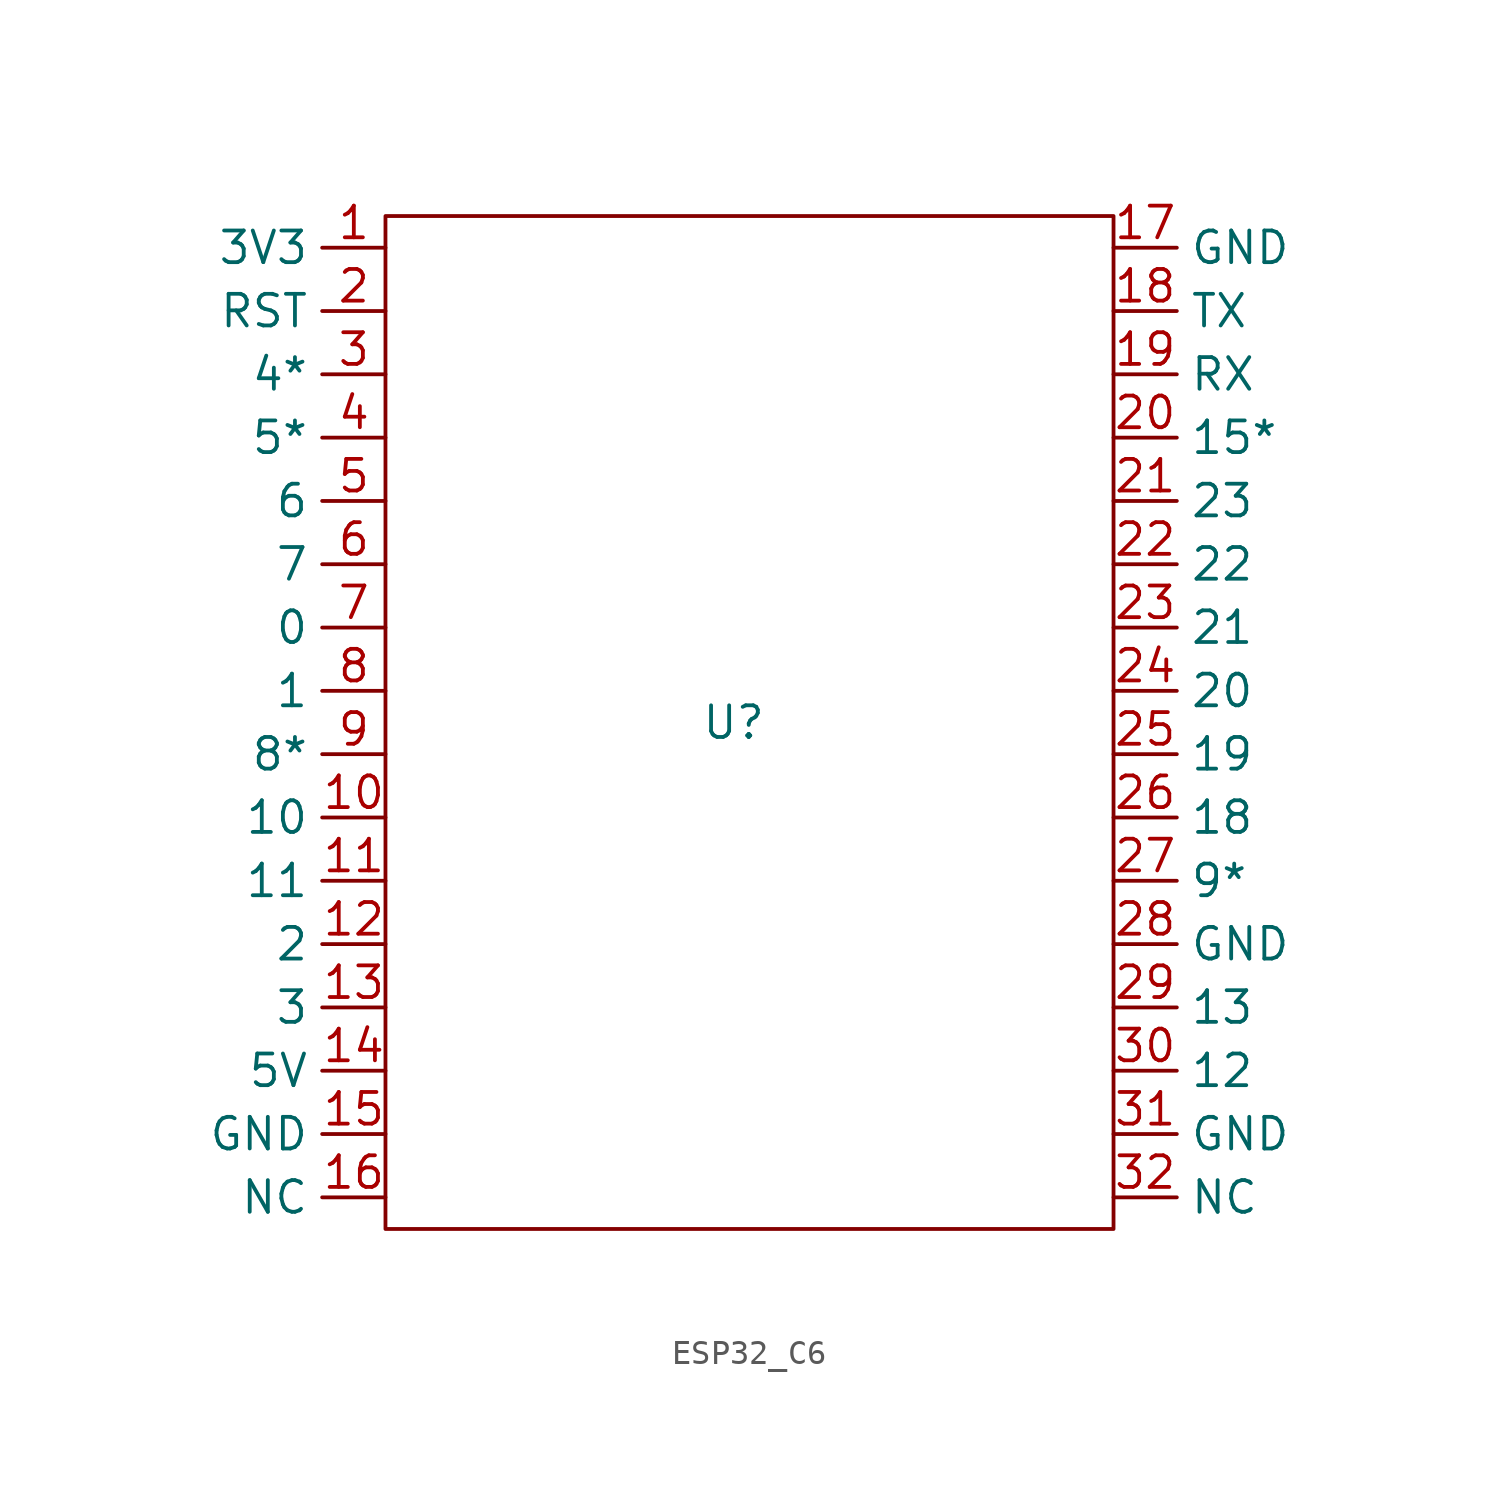
<source format=kicad_sym>
(kicad_symbol_lib
  (version 20220914)
  (generator kicad_symbol_editor)
  (symbol "ESP32_C6"
    (property "Reference" "U"
      (at 0 0 0)
      (effects (font (size 1.27 1.27))))
    (property "Value" ""
      (at 0 0 0)
      (effects (font (size 1.27 1.27))))
    (symbol "ESP32_C6_0_1"
      (rectangle (start -13.97 20.32) (end 15.24 -20.32) (stroke (width 0) (type default)) (fill (type none))))
    (symbol "ESP32_C6_1_1"
      (pin bidirectional line (at -13.97 19.05 180) (length 2.54) (name "3V3" (effects (font (size 1.27 1.27)))) (number "1" (effects (font (size 1.27 1.27)))))
      (pin bidirectional line (at -13.97 -3.81 180) (length 2.54) (name "10" (effects (font (size 1.27 1.27)))) (number "10" (effects (font (size 1.27 1.27)))))
      (pin bidirectional line (at -13.97 -6.35 180) (length 2.54) (name "11" (effects (font (size 1.27 1.27)))) (number "11" (effects (font (size 1.27 1.27)))))
      (pin bidirectional line (at -13.97 -8.89 180) (length 2.54) (name "2" (effects (font (size 1.27 1.27)))) (number "12" (effects (font (size 1.27 1.27)))))
      (pin bidirectional line (at -13.97 -11.43 180) (length 2.54) (name "3" (effects (font (size 1.27 1.27)))) (number "13" (effects (font (size 1.27 1.27)))))
      (pin bidirectional line (at -13.97 -13.97 180) (length 2.54) (name "5V" (effects (font (size 1.27 1.27)))) (number "14" (effects (font (size 1.27 1.27)))))
      (pin bidirectional line (at -13.97 -16.51 180) (length 2.54) (name "GND" (effects (font (size 1.27 1.27)))) (number "15" (effects (font (size 1.27 1.27)))))
      (pin bidirectional line (at -13.97 -19.05 180) (length 2.54) (name "NC" (effects (font (size 1.27 1.27)))) (number "16" (effects (font (size 1.27 1.27)))))
      (pin bidirectional line (at 15.24 19.05 0) (length 2.54) (name "GND" (effects (font (size 1.27 1.27)))) (number "17" (effects (font (size 1.27 1.27)))))
      (pin bidirectional line (at 15.24 16.51 0) (length 2.54) (name "TX" (effects (font (size 1.27 1.27)))) (number "18" (effects (font (size 1.27 1.27)))))
      (pin bidirectional line (at 15.24 13.97 0) (length 2.54) (name "RX" (effects (font (size 1.27 1.27)))) (number "19" (effects (font (size 1.27 1.27)))))
      (pin bidirectional line (at -13.97 16.51 180) (length 2.54) (name "RST" (effects (font (size 1.27 1.27)))) (number "2" (effects (font (size 1.27 1.27)))))
      (pin bidirectional line (at 15.24 11.43 0) (length 2.54) (name "15*" (effects (font (size 1.27 1.27)))) (number "20" (effects (font (size 1.27 1.27)))))
      (pin bidirectional line (at 15.24 8.89 0) (length 2.54) (name "23" (effects (font (size 1.27 1.27)))) (number "21" (effects (font (size 1.27 1.27)))))
      (pin bidirectional line (at 15.24 6.35 0) (length 2.54) (name "22" (effects (font (size 1.27 1.27)))) (number "22" (effects (font (size 1.27 1.27)))))
      (pin bidirectional line (at 15.24 3.81 0) (length 2.54) (name "21" (effects (font (size 1.27 1.27)))) (number "23" (effects (font (size 1.27 1.27)))))
      (pin bidirectional line (at 15.24 1.27 0) (length 2.54) (name "20" (effects (font (size 1.27 1.27)))) (number "24" (effects (font (size 1.27 1.27)))))
      (pin bidirectional line (at 15.24 -1.27 0) (length 2.54) (name "19" (effects (font (size 1.27 1.27)))) (number "25" (effects (font (size 1.27 1.27)))))
      (pin bidirectional line (at 15.24 -3.81 0) (length 2.54) (name "18" (effects (font (size 1.27 1.27)))) (number "26" (effects (font (size 1.27 1.27)))))
      (pin bidirectional line (at 15.24 -6.35 0) (length 2.54) (name "9*" (effects (font (size 1.27 1.27)))) (number "27" (effects (font (size 1.27 1.27)))))
      (pin bidirectional line (at 15.24 -8.89 0) (length 2.54) (name "GND" (effects (font (size 1.27 1.27)))) (number "28" (effects (font (size 1.27 1.27)))))
      (pin bidirectional line (at 15.24 -11.43 0) (length 2.54) (name "13" (effects (font (size 1.27 1.27)))) (number "29" (effects (font (size 1.27 1.27)))))
      (pin bidirectional line (at -13.97 13.97 180) (length 2.54) (name "4*" (effects (font (size 1.27 1.27)))) (number "3" (effects (font (size 1.27 1.27)))))
      (pin bidirectional line (at 15.24 -13.97 0) (length 2.54) (name "12" (effects (font (size 1.27 1.27)))) (number "30" (effects (font (size 1.27 1.27)))))
      (pin bidirectional line (at 15.24 -16.51 0) (length 2.54) (name "GND" (effects (font (size 1.27 1.27)))) (number "31" (effects (font (size 1.27 1.27)))))
      (pin bidirectional line (at 15.24 -19.05 0) (length 2.54) (name "NC" (effects (font (size 1.27 1.27)))) (number "32" (effects (font (size 1.27 1.27)))))
      (pin bidirectional line (at -13.97 11.43 180) (length 2.54) (name "5*" (effects (font (size 1.27 1.27)))) (number "4" (effects (font (size 1.27 1.27)))))
      (pin bidirectional line (at -13.97 8.89 180) (length 2.54) (name "6" (effects (font (size 1.27 1.27)))) (number "5" (effects (font (size 1.27 1.27)))))
      (pin bidirectional line (at -13.97 6.35 180) (length 2.54) (name "7" (effects (font (size 1.27 1.27)))) (number "6" (effects (font (size 1.27 1.27)))))
      (pin bidirectional line (at -13.97 3.81 180) (length 2.54) (name "0" (effects (font (size 1.27 1.27)))) (number "7" (effects (font (size 1.27 1.27)))))
      (pin bidirectional line (at -13.97 1.27 180) (length 2.54) (name "1" (effects (font (size 1.27 1.27)))) (number "8" (effects (font (size 1.27 1.27)))))
      (pin bidirectional line (at -13.97 -1.27 180) (length 2.54) (name "8*" (effects (font (size 1.27 1.27)))) (number "9" (effects (font (size 1.27 1.27))))))))
</source>
